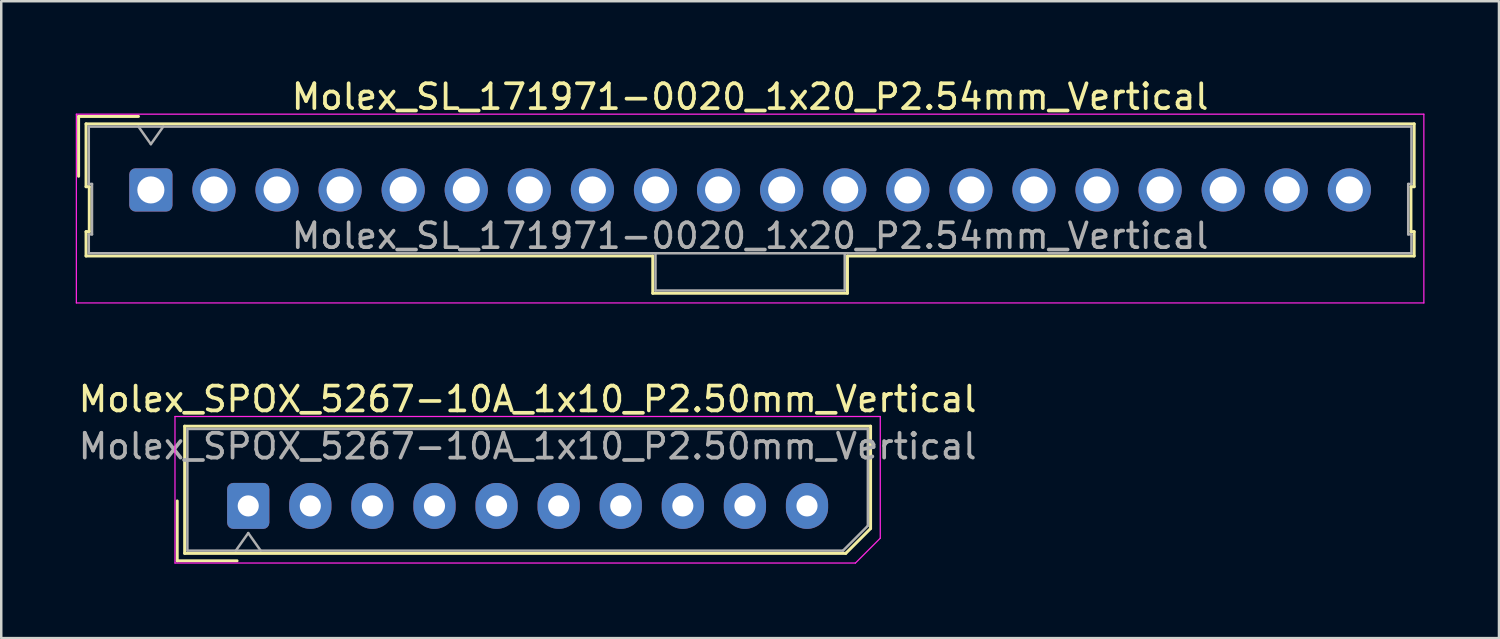
<source format=kicad_pcb>
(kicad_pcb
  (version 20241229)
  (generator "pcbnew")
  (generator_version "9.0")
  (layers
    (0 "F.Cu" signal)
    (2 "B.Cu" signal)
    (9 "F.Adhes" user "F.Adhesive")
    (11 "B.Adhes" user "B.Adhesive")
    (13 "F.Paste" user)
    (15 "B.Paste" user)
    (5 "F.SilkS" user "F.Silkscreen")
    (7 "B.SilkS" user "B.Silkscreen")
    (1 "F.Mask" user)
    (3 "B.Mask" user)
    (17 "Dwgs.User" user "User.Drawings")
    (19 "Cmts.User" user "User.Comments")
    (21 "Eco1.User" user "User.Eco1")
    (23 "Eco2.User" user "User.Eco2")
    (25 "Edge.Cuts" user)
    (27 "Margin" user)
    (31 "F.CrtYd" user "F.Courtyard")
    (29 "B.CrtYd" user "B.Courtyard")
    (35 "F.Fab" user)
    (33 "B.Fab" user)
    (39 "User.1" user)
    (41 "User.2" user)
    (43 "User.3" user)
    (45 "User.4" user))
  (footprint "Molex_SL_171971-0020_1x20_P2.54mm_Vertical"
    (layer "F.Cu")
    (at 3.025 4.598)
    (property "Reference" "Molex_SL_171971-0020_1x20_P2.54mm_Vertical" (at 24.13 -3.75 0) (layer "F.SilkS") (effects (font (size 1 1) (thickness 0.15))))
    (attr through_hole)
    (fp_line (start -2.91 -2.96) (end -0.5 -2.96) (stroke (width 0.12) (type solid)) (layer "F.SilkS"))
    (fp_line (start -2.91 -0.55) (end -2.91 -2.96) (stroke (width 0.12) (type solid)) (layer "F.SilkS"))
    (fp_line (start -2.61 -2.66) (end -2.61 -0.13) (stroke (width 0.12) (type solid)) (layer "F.SilkS"))
    (fp_line (start -2.61 -0.13) (end -2.48 -0.13) (stroke (width 0.12) (type solid)) (layer "F.SilkS"))
    (fp_line (start -2.61 1.68) (end -2.61 2.66) (stroke (width 0.12) (type solid)) (layer "F.SilkS"))
    (fp_line (start -2.61 2.66) (end 20.21 2.66) (stroke (width 0.12) (type solid)) (layer "F.SilkS"))
    (fp_line (start -2.48 -0.13) (end -2.48 1.68) (stroke (width 0.12) (type solid)) (layer "F.SilkS"))
    (fp_line (start -2.48 1.68) (end -2.61 1.68) (stroke (width 0.12) (type solid)) (layer "F.SilkS"))
    (fp_line (start 20.21 2.66) (end 20.21 4.16) (stroke (width 0.12) (type solid)) (layer "F.SilkS"))
    (fp_line (start 20.21 4.16) (end 28.05 4.16) (stroke (width 0.12) (type solid)) (layer "F.SilkS"))
    (fp_line (start 28.05 2.66) (end 50.87 2.66) (stroke (width 0.12) (type solid)) (layer "F.SilkS"))
    (fp_line (start 28.05 4.16) (end 28.05 2.66) (stroke (width 0.12) (type solid)) (layer "F.SilkS"))
    (fp_line (start 50.74 -0.13) (end 50.87 -0.13) (stroke (width 0.12) (type solid)) (layer "F.SilkS"))
    (fp_line (start 50.74 1.68) (end 50.74 -0.13) (stroke (width 0.12) (type solid)) (layer "F.SilkS"))
    (fp_line (start 50.87 -2.66) (end -2.61 -2.66) (stroke (width 0.12) (type solid)) (layer "F.SilkS"))
    (fp_line (start 50.87 -0.13) (end 50.87 -2.66) (stroke (width 0.12) (type solid)) (layer "F.SilkS"))
    (fp_line (start 50.87 1.68) (end 50.74 1.68) (stroke (width 0.12) (type solid)) (layer "F.SilkS"))
    (fp_line (start 50.87 2.66) (end 50.87 1.68) (stroke (width 0.12) (type solid)) (layer "F.SilkS"))
    (fp_line (start -3 -3.05) (end -3 4.55) (stroke (width 0.05) (type solid)) (layer "F.CrtYd"))
    (fp_line (start -3 4.55) (end 51.26 4.55) (stroke (width 0.05) (type solid)) (layer "F.CrtYd"))
    (fp_line (start 51.26 -3.05) (end -3 -3.05) (stroke (width 0.05) (type solid)) (layer "F.CrtYd"))
    (fp_line (start 51.26 4.55) (end 51.26 -3.05) (stroke (width 0.05) (type solid)) (layer "F.CrtYd"))
    (fp_line (start -2.5 -2.55) (end -2.5 -0.24) (stroke (width 0.1) (type solid)) (layer "F.Fab"))
    (fp_line (start -2.5 -0.24) (end -2.37 -0.24) (stroke (width 0.1) (type solid)) (layer "F.Fab"))
    (fp_line (start -2.5 1.79) (end -2.5 2.55) (stroke (width 0.1) (type solid)) (layer "F.Fab"))
    (fp_line (start -2.5 2.55) (end 50.76 2.55) (stroke (width 0.1) (type solid)) (layer "F.Fab"))
    (fp_line (start -2.37 -0.24) (end -2.37 1.79) (stroke (width 0.1) (type solid)) (layer "F.Fab"))
    (fp_line (start -2.37 1.79) (end -2.5 1.79) (stroke (width 0.1) (type solid)) (layer "F.Fab"))
    (fp_line (start 0 -1.843) (end -0.5 -2.55) (stroke (width 0.1) (type solid)) (layer "F.Fab"))
    (fp_line (start 0.5 -2.55) (end 0 -1.843) (stroke (width 0.1) (type solid)) (layer "F.Fab"))
    (fp_line (start 20.32 2.55) (end 20.32 4.05) (stroke (width 0.1) (type solid)) (layer "F.Fab"))
    (fp_line (start 20.32 4.05) (end 27.94 4.05) (stroke (width 0.1) (type solid)) (layer "F.Fab"))
    (fp_line (start 27.94 4.05) (end 27.94 2.55) (stroke (width 0.1) (type solid)) (layer "F.Fab"))
    (fp_line (start 50.63 -0.24) (end 50.76 -0.24) (stroke (width 0.1) (type solid)) (layer "F.Fab"))
    (fp_line (start 50.63 1.79) (end 50.63 -0.24) (stroke (width 0.1) (type solid)) (layer "F.Fab"))
    (fp_line (start 50.76 -2.55) (end -2.5 -2.55) (stroke (width 0.1) (type solid)) (layer "F.Fab"))
    (fp_line (start 50.76 -0.24) (end 50.76 -2.55) (stroke (width 0.1) (type solid)) (layer "F.Fab"))
    (fp_line (start 50.76 1.79) (end 50.63 1.79) (stroke (width 0.1) (type solid)) (layer "F.Fab"))
    (fp_line (start 50.76 2.55) (end 50.76 1.79) (stroke (width 0.1) (type solid)) (layer "F.Fab"))
    (fp_text user "${REFERENCE}" (at 24.13 1.85 0) (layer "F.Fab") (effects (font (size 1 1) (thickness 0.15))))
    (pad "1" thru_hole roundrect (at 0 0) (size 1.74 1.74) (drill 1.09) (layers "*.Cu" "*.Mask") (roundrect_rratio 0.144))
    (pad "2" thru_hole circle (at 2.54 0) (size 1.74 1.74) (drill 1.09) (layers "*.Cu" "*.Mask"))
    (pad "3" thru_hole circle (at 5.08 0) (size 1.74 1.74) (drill 1.09) (layers "*.Cu" "*.Mask"))
    (pad "4" thru_hole circle (at 7.62 0) (size 1.74 1.74) (drill 1.09) (layers "*.Cu" "*.Mask"))
    (pad "5" thru_hole circle (at 10.16 0) (size 1.74 1.74) (drill 1.09) (layers "*.Cu" "*.Mask"))
    (pad "6" thru_hole circle (at 12.7 0) (size 1.74 1.74) (drill 1.09) (layers "*.Cu" "*.Mask"))
    (pad "7" thru_hole circle (at 15.24 0) (size 1.74 1.74) (drill 1.09) (layers "*.Cu" "*.Mask"))
    (pad "8" thru_hole circle (at 17.78 0) (size 1.74 1.74) (drill 1.09) (layers "*.Cu" "*.Mask"))
    (pad "9" thru_hole circle (at 20.32 0) (size 1.74 1.74) (drill 1.09) (layers "*.Cu" "*.Mask"))
    (pad "10" thru_hole circle (at 22.86 0) (size 1.74 1.74) (drill 1.09) (layers "*.Cu" "*.Mask"))
    (pad "11" thru_hole circle (at 25.4 0) (size 1.74 1.74) (drill 1.09) (layers "*.Cu" "*.Mask"))
    (pad "12" thru_hole circle (at 27.94 0) (size 1.74 1.74) (drill 1.09) (layers "*.Cu" "*.Mask"))
    (pad "13" thru_hole circle (at 30.48 0) (size 1.74 1.74) (drill 1.09) (layers "*.Cu" "*.Mask"))
    (pad "14" thru_hole circle (at 33.02 0) (size 1.74 1.74) (drill 1.09) (layers "*.Cu" "*.Mask"))
    (pad "15" thru_hole circle (at 35.56 0) (size 1.74 1.74) (drill 1.09) (layers "*.Cu" "*.Mask"))
    (pad "16" thru_hole circle (at 38.1 0) (size 1.74 1.74) (drill 1.09) (layers "*.Cu" "*.Mask"))
    (pad "17" thru_hole circle (at 40.64 0) (size 1.74 1.74) (drill 1.09) (layers "*.Cu" "*.Mask"))
    (pad "18" thru_hole circle (at 43.18 0) (size 1.74 1.74) (drill 1.09) (layers "*.Cu" "*.Mask"))
    (pad "19" thru_hole circle (at 45.72 0) (size 1.74 1.74) (drill 1.09) (layers "*.Cu" "*.Mask"))
    (pad "20" thru_hole circle (at 48.26 0) (size 1.74 1.74) (drill 1.09) (layers "*.Cu" "*.Mask")))
  (footprint "Molex_SPOX_5267-10A_1x10_P2.50mm_Vertical"
    (layer "F.Cu")
    (at 6.946 17.322)
    (property "Reference" "Molex_SPOX_5267-10A_1x10_P2.50mm_Vertical" (at 11.25 -4.3 0) (layer "F.SilkS") (effects (font (size 1 1) (thickness 0.15))))
    (attr through_hole)
    (fp_line (start -2.86 -0.2) (end -2.86 2.21) (stroke (width 0.12) (type solid)) (layer "F.SilkS"))
    (fp_line (start -2.86 2.21) (end -0.45 2.21) (stroke (width 0.12) (type solid)) (layer "F.SilkS"))
    (fp_line (start -2.56 -3.21) (end -2.56 1.91) (stroke (width 0.12) (type solid)) (layer "F.SilkS"))
    (fp_line (start -2.56 1.91) (end 24.06 1.91) (stroke (width 0.12) (type solid)) (layer "F.SilkS"))
    (fp_line (start 24.06 1.91) (end 25.06 0.91) (stroke (width 0.12) (type solid)) (layer "F.SilkS"))
    (fp_line (start 25.06 -3.21) (end -2.56 -3.21) (stroke (width 0.12) (type solid)) (layer "F.SilkS"))
    (fp_line (start 25.06 0.91) (end 25.06 -3.21) (stroke (width 0.12) (type solid)) (layer "F.SilkS"))
    (fp_line (start -2.95 -3.6) (end -2.95 2.3) (stroke (width 0.05) (type solid)) (layer "F.CrtYd"))
    (fp_line (start -2.95 2.3) (end 24.45 2.3) (stroke (width 0.05) (type solid)) (layer "F.CrtYd"))
    (fp_line (start 24.45 2.3) (end 25.45 1.3) (stroke (width 0.05) (type solid)) (layer "F.CrtYd"))
    (fp_line (start 25.45 -3.6) (end -2.95 -3.6) (stroke (width 0.05) (type solid)) (layer "F.CrtYd"))
    (fp_line (start 25.45 1.3) (end 25.45 -3.6) (stroke (width 0.05) (type solid)) (layer "F.CrtYd"))
    (fp_line (start -2.45 -3.1) (end -2.45 1.8) (stroke (width 0.1) (type solid)) (layer "F.Fab"))
    (fp_line (start -2.45 1.8) (end 23.95 1.8) (stroke (width 0.1) (type solid)) (layer "F.Fab"))
    (fp_line (start -0.5 1.8) (end 0 1.093) (stroke (width 0.1) (type solid)) (layer "F.Fab"))
    (fp_line (start 0 1.093) (end 0.5 1.8) (stroke (width 0.1) (type solid)) (layer "F.Fab"))
    (fp_line (start 23.95 1.8) (end 24.95 0.8) (stroke (width 0.1) (type solid)) (layer "F.Fab"))
    (fp_line (start 24.95 -3.1) (end -2.45 -3.1) (stroke (width 0.1) (type solid)) (layer "F.Fab"))
    (fp_line (start 24.95 0.8) (end 24.95 -3.1) (stroke (width 0.1) (type solid)) (layer "F.Fab"))
    (fp_text user "${REFERENCE}" (at 11.25 -2.4 0) (layer "F.Fab") (effects (font (size 1 1) (thickness 0.15))))
    (pad "1" thru_hole roundrect (at 0 0) (size 1.7 1.85) (drill 0.85) (layers "*.Cu" "*.Mask") (roundrect_rratio 0.147))
    (pad "2" thru_hole oval (at 2.5 0) (size 1.7 1.85) (drill 0.85) (layers "*.Cu" "*.Mask"))
    (pad "3" thru_hole oval (at 5 0) (size 1.7 1.85) (drill 0.85) (layers "*.Cu" "*.Mask"))
    (pad "4" thru_hole oval (at 7.5 0) (size 1.7 1.85) (drill 0.85) (layers "*.Cu" "*.Mask"))
    (pad "5" thru_hole oval (at 10 0) (size 1.7 1.85) (drill 0.85) (layers "*.Cu" "*.Mask"))
    (pad "6" thru_hole oval (at 12.5 0) (size 1.7 1.85) (drill 0.85) (layers "*.Cu" "*.Mask"))
    (pad "7" thru_hole oval (at 15 0) (size 1.7 1.85) (drill 0.85) (layers "*.Cu" "*.Mask"))
    (pad "8" thru_hole oval (at 17.5 0) (size 1.7 1.85) (drill 0.85) (layers "*.Cu" "*.Mask"))
    (pad "9" thru_hole oval (at 20 0) (size 1.7 1.85) (drill 0.85) (layers "*.Cu" "*.Mask"))
    (pad "10" thru_hole oval (at 22.5 0) (size 1.7 1.85) (drill 0.85) (layers "*.Cu" "*.Mask")))
  (gr_rect
    (start -3 -3)
    (end 57.31 22.646)
    (stroke (width 0.1) (type default))
    (fill no)
    (layer "Edge.Cuts")))
</source>
